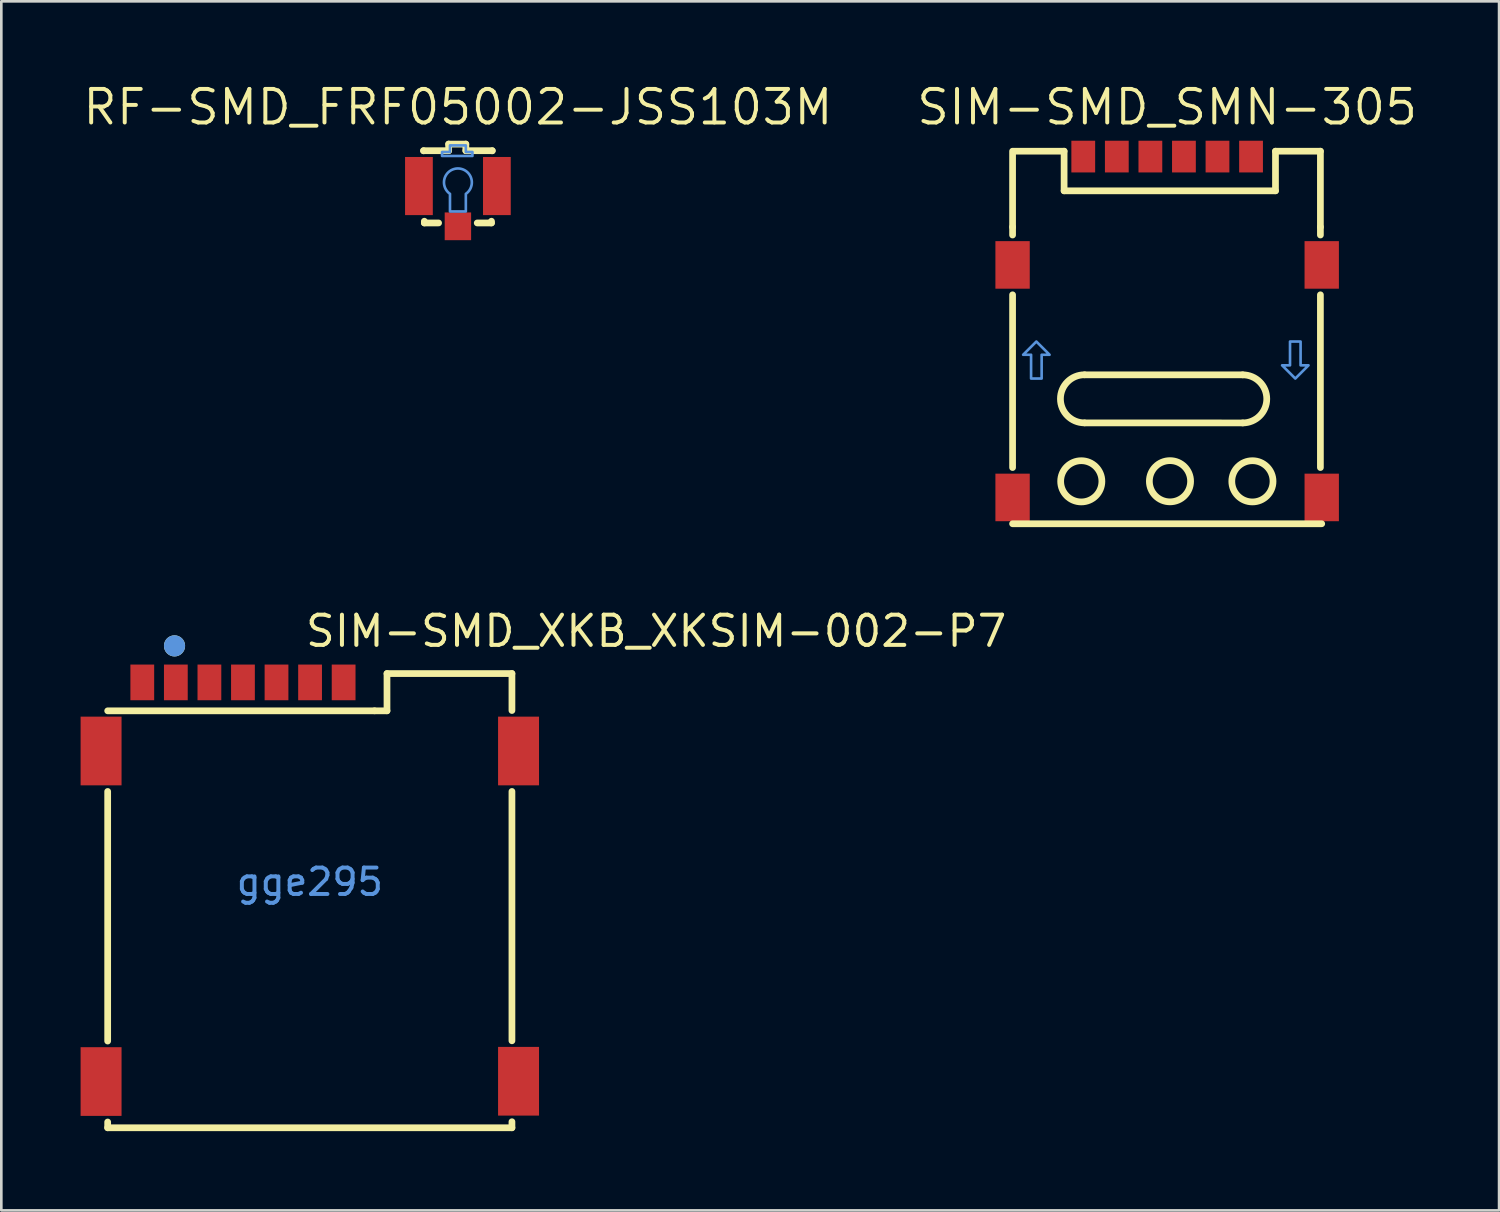
<source format=kicad_pcb>
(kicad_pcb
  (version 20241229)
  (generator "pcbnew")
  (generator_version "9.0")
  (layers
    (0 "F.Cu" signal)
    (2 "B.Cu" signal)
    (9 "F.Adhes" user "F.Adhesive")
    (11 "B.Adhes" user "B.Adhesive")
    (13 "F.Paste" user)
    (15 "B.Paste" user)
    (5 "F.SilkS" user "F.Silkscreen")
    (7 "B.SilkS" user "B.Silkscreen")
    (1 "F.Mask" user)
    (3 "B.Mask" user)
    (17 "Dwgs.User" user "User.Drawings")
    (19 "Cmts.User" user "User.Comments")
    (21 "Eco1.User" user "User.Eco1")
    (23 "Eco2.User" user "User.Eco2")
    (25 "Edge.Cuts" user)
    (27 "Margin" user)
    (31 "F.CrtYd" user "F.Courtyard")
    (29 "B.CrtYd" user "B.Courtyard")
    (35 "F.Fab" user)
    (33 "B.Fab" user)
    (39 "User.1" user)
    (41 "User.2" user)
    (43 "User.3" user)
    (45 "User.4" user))
  (footprint "RF-SMD_FRF05002-JSS103M"
    (layer "F.Cu")
    (at 14.28 4.753)
    (property "Reference" "RF-SMD_FRF05002-JSS103M" (at 0 -3.747 0) (layer "F.SilkS") (effects (font (size 1.27 1.27) (thickness 0.15))))
    (attr smd)
    (fp_line (start -1.3 -2.1) (end -0.35 -2.1) (stroke (width 0.254) (type solid)) (layer "F.SilkS"))
    (fp_line (start -1.3 -2.094) (end -1.3 -2.1) (stroke (width 0.254) (type solid)) (layer "F.SilkS"))
    (fp_line (start -1.27 0.569) (end -1.27 0.635) (stroke (width 0.254) (type solid)) (layer "F.SilkS"))
    (fp_line (start -1.27 0.635) (end -0.731 0.635) (stroke (width 0.254) (type solid)) (layer "F.SilkS"))
    (fp_line (start -0.35 -2.35) (end 0.3 -2.35) (stroke (width 0.254) (type solid)) (layer "F.SilkS"))
    (fp_line (start -0.35 -2.1) (end -0.35 -2.35) (stroke (width 0.254) (type solid)) (layer "F.SilkS"))
    (fp_line (start 0.3 -2.35) (end 0.3 -2.1) (stroke (width 0.254) (type solid)) (layer "F.SilkS"))
    (fp_line (start 0.3 -2.1) (end 1.3 -2.1) (stroke (width 0.254) (type solid)) (layer "F.SilkS"))
    (fp_line (start 0.731 0.635) (end 1.27 0.635) (stroke (width 0.254) (type solid)) (layer "F.SilkS"))
    (fp_line (start 1.27 0.635) (end 1.27 0.569) (stroke (width 0.254) (type solid)) (layer "F.SilkS"))
    (fp_line (start 1.3 -2.1) (end 1.3 -2.094) (stroke (width 0.254) (type solid)) (layer "F.SilkS"))
    (fp_poly (pts (xy -0.3 -2.05) (xy -0.3 -2.3) (xy 0.3 -2.3) (xy 0.3 -2.05) (xy 0.55 -2.05) (xy 0.55 -1.9) (xy -0.6 -1.9) (xy -0.6 -2.05)) (stroke (width 0.1) (type solid)) (fill no) (layer "Cmts.User"))
    (fp_poly (pts (xy 0.033 -1.426) (xy 0 -1.427) (xy -0.033 -1.426) (xy -0.066 -1.423) (xy -0.099 -1.418) (xy -0.131 -1.41) (xy -0.163 -1.401) (xy -0.194 -1.39) (xy -0.224 -1.377) (xy -0.254 -1.362) (xy -0.282 -1.345) (xy -0.31 -1.326) (xy -0.336 -1.306) (xy -0.361 -1.284) (xy -0.384 -1.261) (xy -0.406 -1.236) (xy -0.426 -1.21) (xy -0.445 -1.182) (xy -0.462 -1.154) (xy -0.477 -1.124) (xy -0.49 -1.094) (xy -0.501 -1.063) (xy -0.51 -1.031) (xy -0.518 -0.999) (xy -0.523 -0.966) (xy -0.526 -0.933) (xy -0.527 -0.9) (xy -0.526 -0.867) (xy -0.523 -0.834) (xy -0.518 -0.801) (xy -0.51 -0.769) (xy -0.501 -0.737) (xy -0.49 -0.706) (xy -0.477 -0.676) (xy -0.462 -0.646) (xy -0.445 -0.618) (xy -0.426 -0.59) (xy -0.406 -0.564) (xy -0.384 -0.539) (xy -0.361 -0.516) (xy -0.336 -0.494) (xy -0.31 -0.474) (xy -0.3 -0.467) (xy -0.3 0.2) (xy 0.3 0.2) (xy 0.3 -0.467) (xy 0.31 -0.474) (xy 0.336 -0.494) (xy 0.361 -0.516) (xy 0.384 -0.539) (xy 0.406 -0.564) (xy 0.426 -0.59) (xy 0.445 -0.618) (xy 0.462 -0.646) (xy 0.477 -0.676) (xy 0.49 -0.706) (xy 0.501 -0.737) (xy 0.51 -0.769) (xy 0.518 -0.801) (xy 0.523 -0.834) (xy 0.526 -0.867) (xy 0.527 -0.9) (xy 0.526 -0.933) (xy 0.523 -0.966) (xy 0.518 -0.999) (xy 0.51 -1.031) (xy 0.501 -1.063) (xy 0.49 -1.094) (xy 0.477 -1.124) (xy 0.462 -1.154) (xy 0.445 -1.182) (xy 0.426 -1.21) (xy 0.406 -1.236) (xy 0.384 -1.261) (xy 0.361 -1.284) (xy 0.336 -1.306) (xy 0.31 -1.326) (xy 0.282 -1.345) (xy 0.254 -1.362) (xy 0.224 -1.377) (xy 0.194 -1.39) (xy 0.163 -1.401) (xy 0.131 -1.41) (xy 0.099 -1.418) (xy 0.066 -1.423)) (stroke (width 0.1) (type solid)) (fill no) (layer "Cmts.User"))
    (fp_text user "" (at 0 0 0) (layer "Cmts.User") (effects (font (size 1 1) (thickness 0.15))))
    (pad "1" smd rect (at 0 0.762) (size 1 1.05) (layers "F.Cu" "F.Mask" "F.Paste"))
    (pad "2" smd rect (at -1.475 -0.762) (size 1.05 2.2) (layers "F.Cu" "F.Mask" "F.Paste"))
    (pad "3" smd rect (at 1.475 -0.762) (size 1.05 2.2) (layers "F.Cu" "F.Mask" "F.Paste")))
  (footprint "SIM-SMD_XKB_XKSIM-002-P7"
    (layer "F.Cu")
    (at 8.675 30.329)
    (property "Reference" "SIM-SMD_XKB_XKSIM-002-P7" (at -0.244 -9.494 0) (layer "F.SilkS") (effects (font (size 1.143 1.143) (thickness 0.152)) (justify left)))
    (attr smd)
    (fp_line (start -7.65 -6.477) (end 2.45 -6.477) (stroke (width 0.254) (type solid)) (layer "F.SilkS"))
    (fp_line (start -7.65 6.021) (end -7.65 -3.426) (stroke (width 0.254) (type solid)) (layer "F.SilkS"))
    (fp_line (start -7.65 9.303) (end -7.65 9.084) (stroke (width 0.254) (type solid)) (layer "F.SilkS"))
    (fp_line (start -7.65 9.303) (end 7.65 9.303) (stroke (width 0.254) (type solid)) (layer "F.SilkS"))
    (fp_line (start 2.921 -7.888) (end 2.921 -6.477) (stroke (width 0.254) (type solid)) (layer "F.SilkS"))
    (fp_line (start 2.921 -6.477) (end 2.45 -6.477) (stroke (width 0.254) (type solid)) (layer "F.SilkS"))
    (fp_line (start 7.65 -7.888) (end 2.921 -7.888) (stroke (width 0.254) (type solid)) (layer "F.SilkS"))
    (fp_line (start 7.65 -6.489) (end 7.65 -7.888) (stroke (width 0.254) (type solid)) (layer "F.SilkS"))
    (fp_line (start 7.65 6.011) (end 7.65 -3.426) (stroke (width 0.254) (type solid)) (layer "F.SilkS"))
    (fp_line (start 7.65 9.303) (end 7.65 9.074) (stroke (width 0.254) (type solid)) (layer "F.SilkS"))
    (fp_circle (center -5.12 -8.935) (end -4.92 -8.935) (stroke (width 0.4) (type solid)) (fill no) (layer "F.SilkS"))
    (fp_circle (center -5.12 -8.935) (end -4.92 -8.935) (stroke (width 0.4) (type solid)) (fill no) (layer "Cmts.User"))
    (fp_text user "gge295" (at 0 0 0) (layer "Cmts.User") (effects (font (size 1 1) (thickness 0.15))))
    (pad "8" smd rect (at 7.9 -4.957) (size 1.55 2.6) (layers "F.Cu" "F.Mask" "F.Paste"))
    (pad "9" smd rect (at 7.9 7.542) (size 1.55 2.6) (layers "F.Cu" "F.Mask" "F.Paste"))
    (pad "10" smd rect (at -7.9 7.553) (size 1.55 2.6) (layers "F.Cu" "F.Mask" "F.Paste"))
    (pad "11" smd rect (at -7.9 -4.957) (size 1.55 2.6) (layers "F.Cu" "F.Mask" "F.Paste"))
    (pad "C1" smd rect (at -5.07 -7.553) (size 0.9 1.35) (layers "F.Cu" "F.Mask" "F.Paste"))
    (pad "C2" smd rect (at -2.53 -7.553) (size 0.9 1.35) (layers "F.Cu" "F.Mask" "F.Paste"))
    (pad "C3" smd rect (at 0.01 -7.553) (size 0.9 1.35) (layers "F.Cu" "F.Mask" "F.Paste"))
    (pad "C5" smd rect (at -6.34 -7.553) (size 0.9 1.35) (layers "F.Cu" "F.Mask" "F.Paste"))
    (pad "C6" smd rect (at -3.8 -7.553) (size 0.9 1.35) (layers "F.Cu" "F.Mask" "F.Paste"))
    (pad "C7" smd rect (at -1.26 -7.553) (size 0.9 1.35) (layers "F.Cu" "F.Mask" "F.Paste"))
    (pad "CD" smd rect (at 1.28 -7.553) (size 0.9 1.35) (layers "F.Cu" "F.Mask" "F.Paste")))
  (footprint "SIM-SMD_SMN-305"
    (layer "F.Cu")
    (at 41.122 9.326)
    (property "Reference" "SIM-SMD_SMN-305" (at 0 -8.32 0) (layer "F.SilkS") (effects (font (size 1.27 1.27) (thickness 0.15))))
    (attr smd)
    (fp_line (start -5.85 -3.785) (end -5.85 -6.654) (stroke (width 0.254) (type solid)) (layer "F.SilkS"))
    (fp_line (start -5.85 -3.785) (end -5.85 -3.481) (stroke (width 0.254) (type solid)) (layer "F.SilkS"))
    (fp_line (start -5.85 -1.219) (end -5.85 5.319) (stroke (width 0.254) (type solid)) (layer "F.SilkS"))
    (fp_line (start -5.85 7.446) (end 5.85 7.446) (stroke (width 0.254) (type solid)) (layer "F.SilkS"))
    (fp_line (start -3.9 -6.654) (end -5.8 -6.654) (stroke (width 0.254) (type solid)) (layer "F.SilkS"))
    (fp_line (start -3.9 -6.654) (end -3.9 -5.154) (stroke (width 0.254) (type solid)) (layer "F.SilkS"))
    (fp_line (start -3.9 -5.154) (end 4.1 -5.154) (stroke (width 0.254) (type solid)) (layer "F.SilkS"))
    (fp_line (start -3.12 1.81) (end 2.86 1.81) (stroke (width 0.254) (type solid)) (layer "F.SilkS"))
    (fp_line (start 2.86 3.63) (end -3.121 3.629) (stroke (width 0.254) (type solid)) (layer "F.SilkS"))
    (fp_line (start 4.1 -6.654) (end 5.8 -6.654) (stroke (width 0.254) (type solid)) (layer "F.SilkS"))
    (fp_line (start 4.1 -5.154) (end 4.1 -6.654) (stroke (width 0.254) (type solid)) (layer "F.SilkS"))
    (fp_line (start 5.8 -6.654) (end 5.8 -3.785) (stroke (width 0.254) (type solid)) (layer "F.SilkS"))
    (fp_line (start 5.8 -3.785) (end 5.8 -3.481) (stroke (width 0.254) (type solid)) (layer "F.SilkS"))
    (fp_line (start 5.8 -1.219) (end 5.8 5.319) (stroke (width 0.254) (type solid)) (layer "F.SilkS"))
    (fp_arc (start -3.129 3.628) (mid -4.039 2.718) (end -3.129 1.808) (stroke (width 0.254) (type solid)) (layer "F.SilkS"))
    (fp_arc (start 2.86 1.81) (mid 3.77 2.72) (end 2.86 3.63) (stroke (width 0.254) (type solid)) (layer "F.SilkS"))
    (fp_circle (center -3.25 5.84) (end -2.47 5.84) (stroke (width 0.254) (type solid)) (fill no) (layer "F.SilkS"))
    (fp_circle (center 0.107 5.837) (end 0.887 5.837) (stroke (width 0.254) (type solid)) (fill no) (layer "F.SilkS"))
    (fp_circle (center 3.227 5.84) (end 4.007 5.84) (stroke (width 0.254) (type solid)) (fill no) (layer "F.SilkS"))
    (fp_poly (pts (xy -5.45 1.05) (xy -4.95 0.55) (xy -4.45 1.05) (xy -4.75 1.05) (xy -4.75 1.95) (xy -5.15 1.95) (xy -5.15 1.05)) (stroke (width 0.1) (type solid)) (fill no) (layer "Cmts.User"))
    (fp_poly (pts (xy 5.35 1.45) (xy 4.85 1.95) (xy 4.35 1.45) (xy 4.65 1.45) (xy 4.65 0.55) (xy 5.05 0.55) (xy 5.05 1.45)) (stroke (width 0.1) (type solid)) (fill no) (layer "Cmts.User"))
    (fp_text user "" (at 0 0 0) (layer "Cmts.User") (effects (font (size 1 1) (thickness 0.15))))
    (pad "1" smd rect (at 5.85 6.45) (size 1.3 1.8) (layers "F.Cu" "F.Mask" "F.Paste"))
    (pad "2" smd rect (at -5.85 6.45) (size 1.3 1.8) (layers "F.Cu" "F.Mask" "F.Paste"))
    (pad "3" smd rect (at 5.85 -2.35) (size 1.3 1.8) (layers "F.Cu" "F.Mask" "F.Paste"))
    (pad "4" smd rect (at -5.85 -2.35) (size 1.3 1.8) (layers "F.Cu" "F.Mask" "F.Paste"))
    (pad "C1" smd rect (at -3.175 -6.45) (size 0.9 1.2) (layers "F.Cu" "F.Mask" "F.Paste"))
    (pad "C2" smd rect (at -0.635 -6.45) (size 0.9 1.2) (layers "F.Cu" "F.Mask" "F.Paste"))
    (pad "C3" smd rect (at 1.905 -6.45) (size 0.9 1.2) (layers "F.Cu" "F.Mask" "F.Paste"))
    (pad "C5" smd rect (at -1.905 -6.45) (size 0.9 1.2) (layers "F.Cu" "F.Mask" "F.Paste"))
    (pad "C6" smd rect (at 0.635 -6.45) (size 0.9 1.2) (layers "F.Cu" "F.Mask" "F.Paste"))
    (pad "C7" smd rect (at 3.175 -6.45) (size 0.9 1.2) (layers "F.Cu" "F.Mask" "F.Paste")))
  (gr_rect
    (start -3 -3)
    (end 53.684 42.759)
    (stroke (width 0.1) (type default))
    (fill no)
    (layer "Edge.Cuts")))
</source>
